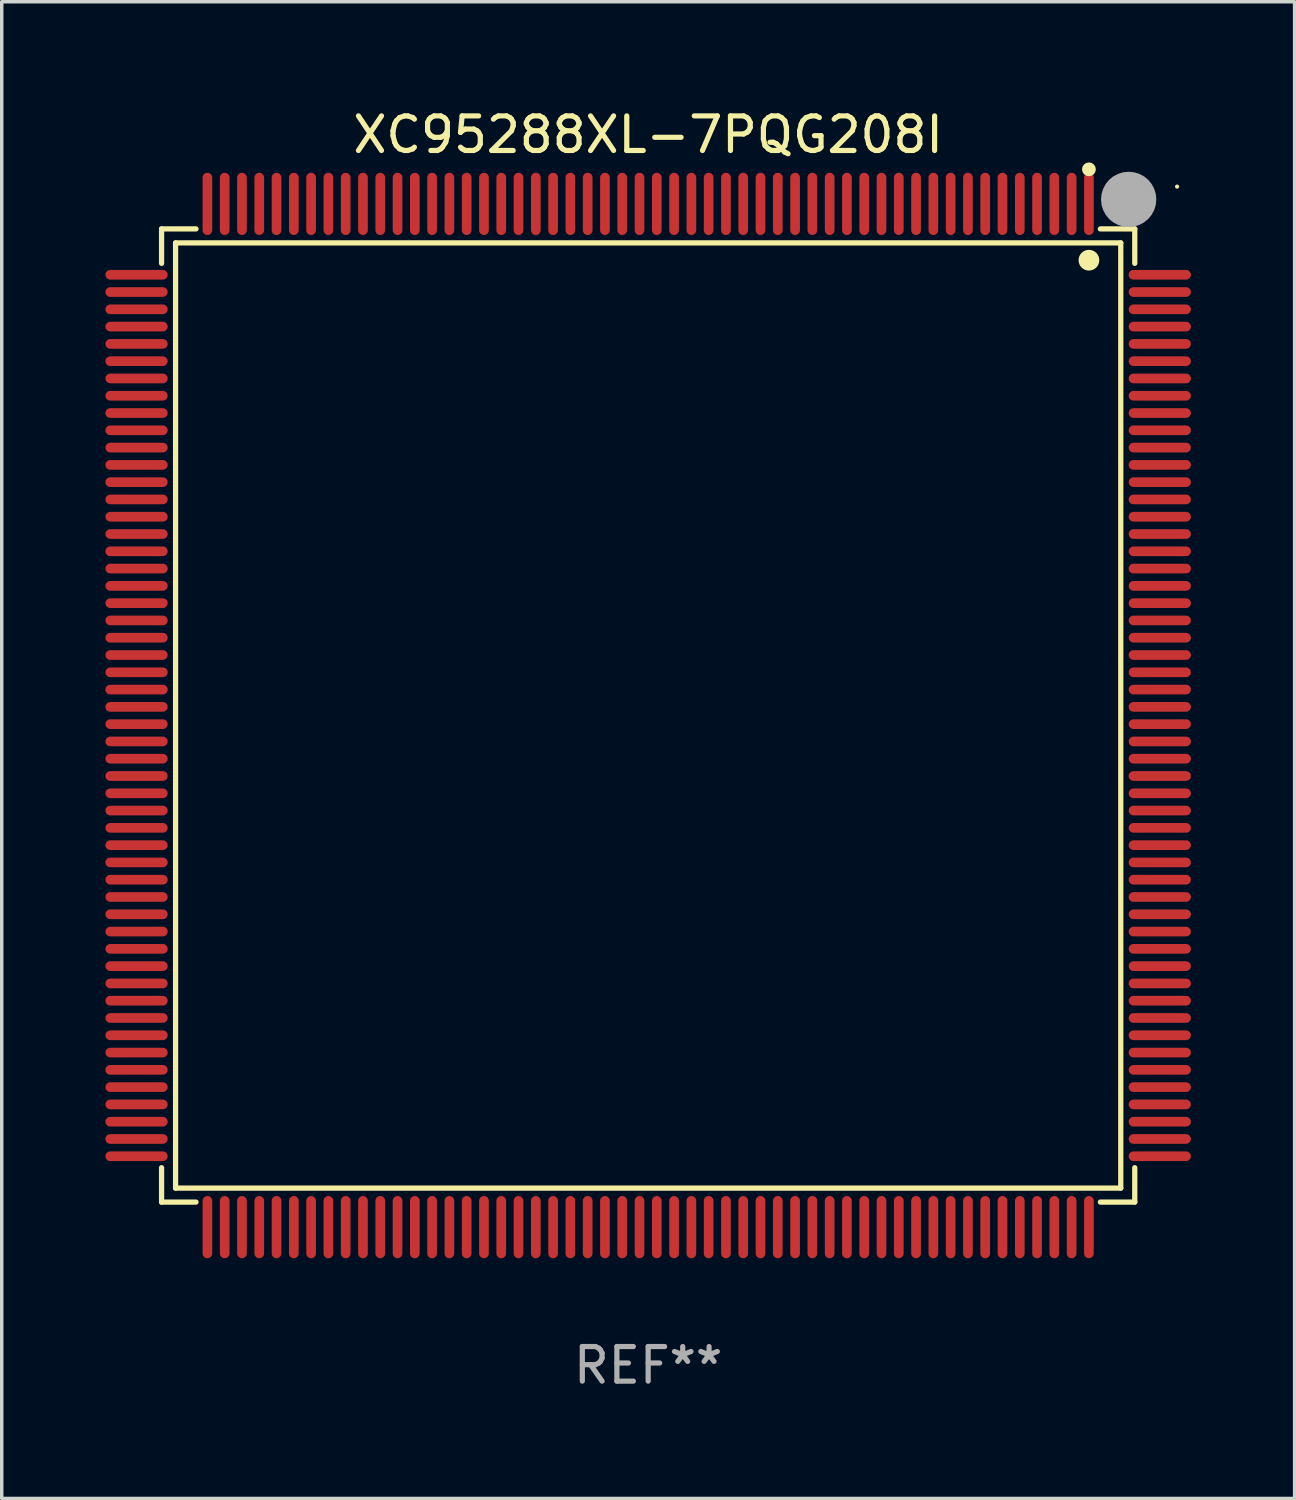
<source format=kicad_pcb>
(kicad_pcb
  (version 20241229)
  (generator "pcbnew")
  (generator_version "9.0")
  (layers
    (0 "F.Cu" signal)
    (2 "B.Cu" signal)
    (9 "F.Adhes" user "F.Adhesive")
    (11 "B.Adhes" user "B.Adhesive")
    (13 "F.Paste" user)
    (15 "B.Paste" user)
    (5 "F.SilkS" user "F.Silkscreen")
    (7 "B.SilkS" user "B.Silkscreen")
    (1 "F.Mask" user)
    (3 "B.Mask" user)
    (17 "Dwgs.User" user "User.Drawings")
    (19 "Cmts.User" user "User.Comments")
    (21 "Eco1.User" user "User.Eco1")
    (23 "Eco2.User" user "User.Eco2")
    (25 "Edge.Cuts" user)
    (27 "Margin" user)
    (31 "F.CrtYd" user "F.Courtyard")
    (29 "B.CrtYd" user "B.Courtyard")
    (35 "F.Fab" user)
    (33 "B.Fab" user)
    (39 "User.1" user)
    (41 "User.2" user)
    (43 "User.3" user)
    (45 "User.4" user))
  (footprint "XC95288XL-7PQG208I"
    (layer "F.Cu")
    (at 15.7 17.648)
    (property "Reference" "XC95288XL-7PQG208I" (at 0 -16.8 0) (layer "F.SilkS") (effects (font (size 1 1) (thickness 0.15))))
    (attr through_hole)
    (fp_line (start -14.076 -14.076) (end -13.08 -14.076) (stroke (width 0.152) (type solid)) (layer "F.SilkS"))
    (fp_line (start -14.076 -13.08) (end -14.076 -14.076) (stroke (width 0.152) (type solid)) (layer "F.SilkS"))
    (fp_line (start -14.076 13.081) (end -14.076 14.076) (stroke (width 0.152) (type solid)) (layer "F.SilkS"))
    (fp_line (start -14.076 14.076) (end -13.08 14.076) (stroke (width 0.152) (type solid)) (layer "F.SilkS"))
    (fp_line (start -13.671 -13.671) (end 13.671 -13.671) (stroke (width 0.152) (type solid)) (layer "F.SilkS"))
    (fp_line (start -13.671 13.671) (end -13.671 -13.671) (stroke (width 0.152) (type solid)) (layer "F.SilkS"))
    (fp_line (start 13.671 -13.671) (end 13.671 13.671) (stroke (width 0.152) (type solid)) (layer "F.SilkS"))
    (fp_line (start 13.671 13.671) (end -13.671 13.671) (stroke (width 0.152) (type solid)) (layer "F.SilkS"))
    (fp_line (start 14.076 -14.076) (end 13.081 -14.076) (stroke (width 0.152) (type solid)) (layer "F.SilkS"))
    (fp_line (start 14.076 -13.08) (end 14.076 -14.076) (stroke (width 0.152) (type solid)) (layer "F.SilkS"))
    (fp_line (start 14.076 13.081) (end 14.076 14.076) (stroke (width 0.152) (type solid)) (layer "F.SilkS"))
    (fp_line (start 14.076 14.076) (end 13.081 14.076) (stroke (width 0.152) (type solid)) (layer "F.SilkS"))
    (fp_circle (center 12.75 -15.8) (end 12.85 -15.8) (stroke (width 0.2) (type solid)) (fill no) (layer "F.SilkS"))
    (fp_circle (center 12.75 -13.171) (end 12.9 -13.171) (stroke (width 0.3) (type solid)) (fill no) (layer "F.SilkS"))
    (fp_circle (center 15.3 -15.3) (end 15.33 -15.3) (stroke (width 0.06) (type solid)) (fill no) (layer "F.SilkS"))
    (fp_circle (center 13.9 -14.93) (end 14.3 -14.93) (stroke (width 0.8) (type solid)) (fill no) (layer "F.Fab"))
    (fp_text user "REF**" (at 0 18.8 0) (layer "F.Fab") (effects (font (size 1 1) (thickness 0.15))))
    (pad "1" smd oval (at 12.75 -14.8) (size 0.28 1.8) (layers "F.Cu" "F.Mask" "F.Paste"))
    (pad "2" smd oval (at 12.25 -14.8) (size 0.28 1.8) (layers "F.Cu" "F.Mask" "F.Paste"))
    (pad "3" smd oval (at 11.75 -14.8) (size 0.28 1.8) (layers "F.Cu" "F.Mask" "F.Paste"))
    (pad "4" smd oval (at 11.25 -14.8) (size 0.28 1.8) (layers "F.Cu" "F.Mask" "F.Paste"))
    (pad "5" smd oval (at 10.75 -14.8) (size 0.28 1.8) (layers "F.Cu" "F.Mask" "F.Paste"))
    (pad "6" smd oval (at 10.25 -14.8) (size 0.28 1.8) (layers "F.Cu" "F.Mask" "F.Paste"))
    (pad "7" smd oval (at 9.75 -14.8) (size 0.28 1.8) (layers "F.Cu" "F.Mask" "F.Paste"))
    (pad "8" smd oval (at 9.25 -14.8) (size 0.28 1.8) (layers "F.Cu" "F.Mask" "F.Paste"))
    (pad "9" smd oval (at 8.75 -14.8) (size 0.28 1.8) (layers "F.Cu" "F.Mask" "F.Paste"))
    (pad "10" smd oval (at 8.25 -14.8) (size 0.28 1.8) (layers "F.Cu" "F.Mask" "F.Paste"))
    (pad "11" smd oval (at 7.75 -14.8) (size 0.28 1.8) (layers "F.Cu" "F.Mask" "F.Paste"))
    (pad "12" smd oval (at 7.25 -14.8) (size 0.28 1.8) (layers "F.Cu" "F.Mask" "F.Paste"))
    (pad "13" smd oval (at 6.75 -14.8) (size 0.28 1.8) (layers "F.Cu" "F.Mask" "F.Paste"))
    (pad "14" smd oval (at 6.25 -14.8) (size 0.28 1.8) (layers "F.Cu" "F.Mask" "F.Paste"))
    (pad "15" smd oval (at 5.75 -14.8) (size 0.28 1.8) (layers "F.Cu" "F.Mask" "F.Paste"))
    (pad "16" smd oval (at 5.25 -14.8) (size 0.28 1.8) (layers "F.Cu" "F.Mask" "F.Paste"))
    (pad "17" smd oval (at 4.75 -14.8) (size 0.28 1.8) (layers "F.Cu" "F.Mask" "F.Paste"))
    (pad "18" smd oval (at 4.25 -14.8) (size 0.28 1.8) (layers "F.Cu" "F.Mask" "F.Paste"))
    (pad "19" smd oval (at 3.75 -14.8) (size 0.28 1.8) (layers "F.Cu" "F.Mask" "F.Paste"))
    (pad "20" smd oval (at 3.25 -14.8) (size 0.28 1.8) (layers "F.Cu" "F.Mask" "F.Paste"))
    (pad "21" smd oval (at 2.75 -14.8) (size 0.28 1.8) (layers "F.Cu" "F.Mask" "F.Paste"))
    (pad "22" smd oval (at 2.25 -14.8) (size 0.28 1.8) (layers "F.Cu" "F.Mask" "F.Paste"))
    (pad "23" smd oval (at 1.75 -14.8) (size 0.28 1.8) (layers "F.Cu" "F.Mask" "F.Paste"))
    (pad "24" smd oval (at 1.25 -14.8) (size 0.28 1.8) (layers "F.Cu" "F.Mask" "F.Paste"))
    (pad "25" smd oval (at 0.75 -14.8) (size 0.28 1.8) (layers "F.Cu" "F.Mask" "F.Paste"))
    (pad "26" smd oval (at 0.25 -14.8) (size 0.28 1.8) (layers "F.Cu" "F.Mask" "F.Paste"))
    (pad "27" smd oval (at -0.25 -14.8) (size 0.28 1.8) (layers "F.Cu" "F.Mask" "F.Paste"))
    (pad "28" smd oval (at -0.75 -14.8) (size 0.28 1.8) (layers "F.Cu" "F.Mask" "F.Paste"))
    (pad "29" smd oval (at -1.25 -14.8) (size 0.28 1.8) (layers "F.Cu" "F.Mask" "F.Paste"))
    (pad "30" smd oval (at -1.75 -14.8) (size 0.28 1.8) (layers "F.Cu" "F.Mask" "F.Paste"))
    (pad "31" smd oval (at -2.25 -14.8) (size 0.28 1.8) (layers "F.Cu" "F.Mask" "F.Paste"))
    (pad "32" smd oval (at -2.75 -14.8) (size 0.28 1.8) (layers "F.Cu" "F.Mask" "F.Paste"))
    (pad "33" smd oval (at -3.25 -14.8) (size 0.28 1.8) (layers "F.Cu" "F.Mask" "F.Paste"))
    (pad "34" smd oval (at -3.75 -14.8) (size 0.28 1.8) (layers "F.Cu" "F.Mask" "F.Paste"))
    (pad "35" smd oval (at -4.25 -14.8) (size 0.28 1.8) (layers "F.Cu" "F.Mask" "F.Paste"))
    (pad "36" smd oval (at -4.75 -14.8) (size 0.28 1.8) (layers "F.Cu" "F.Mask" "F.Paste"))
    (pad "37" smd oval (at -5.25 -14.8) (size 0.28 1.8) (layers "F.Cu" "F.Mask" "F.Paste"))
    (pad "38" smd oval (at -5.75 -14.8) (size 0.28 1.8) (layers "F.Cu" "F.Mask" "F.Paste"))
    (pad "39" smd oval (at -6.25 -14.8) (size 0.28 1.8) (layers "F.Cu" "F.Mask" "F.Paste"))
    (pad "40" smd oval (at -6.75 -14.8) (size 0.28 1.8) (layers "F.Cu" "F.Mask" "F.Paste"))
    (pad "41" smd oval (at -7.25 -14.8) (size 0.28 1.8) (layers "F.Cu" "F.Mask" "F.Paste"))
    (pad "42" smd oval (at -7.75 -14.8) (size 0.28 1.8) (layers "F.Cu" "F.Mask" "F.Paste"))
    (pad "43" smd oval (at -8.25 -14.8) (size 0.28 1.8) (layers "F.Cu" "F.Mask" "F.Paste"))
    (pad "44" smd oval (at -8.75 -14.8) (size 0.28 1.8) (layers "F.Cu" "F.Mask" "F.Paste"))
    (pad "45" smd oval (at -9.25 -14.8) (size 0.28 1.8) (layers "F.Cu" "F.Mask" "F.Paste"))
    (pad "46" smd oval (at -9.75 -14.8) (size 0.28 1.8) (layers "F.Cu" "F.Mask" "F.Paste"))
    (pad "47" smd oval (at -10.25 -14.8) (size 0.28 1.8) (layers "F.Cu" "F.Mask" "F.Paste"))
    (pad "48" smd oval (at -10.75 -14.8) (size 0.28 1.8) (layers "F.Cu" "F.Mask" "F.Paste"))
    (pad "49" smd oval (at -11.25 -14.8) (size 0.28 1.8) (layers "F.Cu" "F.Mask" "F.Paste"))
    (pad "50" smd oval (at -11.75 -14.8) (size 0.28 1.8) (layers "F.Cu" "F.Mask" "F.Paste"))
    (pad "51" smd oval (at -12.25 -14.8) (size 0.28 1.8) (layers "F.Cu" "F.Mask" "F.Paste"))
    (pad "52" smd oval (at -12.75 -14.8) (size 0.28 1.8) (layers "F.Cu" "F.Mask" "F.Paste"))
    (pad "53" smd oval (at -14.8 -12.75) (size 1.8 0.28) (layers "F.Cu" "F.Mask" "F.Paste"))
    (pad "54" smd oval (at -14.8 -12.25) (size 1.8 0.28) (layers "F.Cu" "F.Mask" "F.Paste"))
    (pad "55" smd oval (at -14.8 -11.75) (size 1.8 0.28) (layers "F.Cu" "F.Mask" "F.Paste"))
    (pad "56" smd oval (at -14.8 -11.25) (size 1.8 0.28) (layers "F.Cu" "F.Mask" "F.Paste"))
    (pad "57" smd oval (at -14.8 -10.75) (size 1.8 0.28) (layers "F.Cu" "F.Mask" "F.Paste"))
    (pad "58" smd oval (at -14.8 -10.25) (size 1.8 0.28) (layers "F.Cu" "F.Mask" "F.Paste"))
    (pad "59" smd oval (at -14.8 -9.75) (size 1.8 0.28) (layers "F.Cu" "F.Mask" "F.Paste"))
    (pad "60" smd oval (at -14.8 -9.25) (size 1.8 0.28) (layers "F.Cu" "F.Mask" "F.Paste"))
    (pad "61" smd oval (at -14.8 -8.75) (size 1.8 0.28) (layers "F.Cu" "F.Mask" "F.Paste"))
    (pad "62" smd oval (at -14.8 -8.25) (size 1.8 0.28) (layers "F.Cu" "F.Mask" "F.Paste"))
    (pad "63" smd oval (at -14.8 -7.75) (size 1.8 0.28) (layers "F.Cu" "F.Mask" "F.Paste"))
    (pad "64" smd oval (at -14.8 -7.25) (size 1.8 0.28) (layers "F.Cu" "F.Mask" "F.Paste"))
    (pad "65" smd oval (at -14.8 -6.75) (size 1.8 0.28) (layers "F.Cu" "F.Mask" "F.Paste"))
    (pad "66" smd oval (at -14.8 -6.25) (size 1.8 0.28) (layers "F.Cu" "F.Mask" "F.Paste"))
    (pad "67" smd oval (at -14.8 -5.75) (size 1.8 0.28) (layers "F.Cu" "F.Mask" "F.Paste"))
    (pad "68" smd oval (at -14.8 -5.25) (size 1.8 0.28) (layers "F.Cu" "F.Mask" "F.Paste"))
    (pad "69" smd oval (at -14.8 -4.75) (size 1.8 0.28) (layers "F.Cu" "F.Mask" "F.Paste"))
    (pad "70" smd oval (at -14.8 -4.25) (size 1.8 0.28) (layers "F.Cu" "F.Mask" "F.Paste"))
    (pad "71" smd oval (at -14.8 -3.75) (size 1.8 0.28) (layers "F.Cu" "F.Mask" "F.Paste"))
    (pad "72" smd oval (at -14.8 -3.25) (size 1.8 0.28) (layers "F.Cu" "F.Mask" "F.Paste"))
    (pad "73" smd oval (at -14.8 -2.75) (size 1.8 0.28) (layers "F.Cu" "F.Mask" "F.Paste"))
    (pad "74" smd oval (at -14.8 -2.25) (size 1.8 0.28) (layers "F.Cu" "F.Mask" "F.Paste"))
    (pad "75" smd oval (at -14.8 -1.75) (size 1.8 0.28) (layers "F.Cu" "F.Mask" "F.Paste"))
    (pad "76" smd oval (at -14.8 -1.25) (size 1.8 0.28) (layers "F.Cu" "F.Mask" "F.Paste"))
    (pad "77" smd oval (at -14.8 -0.75) (size 1.8 0.28) (layers "F.Cu" "F.Mask" "F.Paste"))
    (pad "78" smd oval (at -14.8 -0.25) (size 1.8 0.28) (layers "F.Cu" "F.Mask" "F.Paste"))
    (pad "79" smd oval (at -14.8 0.25) (size 1.8 0.28) (layers "F.Cu" "F.Mask" "F.Paste"))
    (pad "80" smd oval (at -14.8 0.75) (size 1.8 0.28) (layers "F.Cu" "F.Mask" "F.Paste"))
    (pad "81" smd oval (at -14.8 1.25) (size 1.8 0.28) (layers "F.Cu" "F.Mask" "F.Paste"))
    (pad "82" smd oval (at -14.8 1.75) (size 1.8 0.28) (layers "F.Cu" "F.Mask" "F.Paste"))
    (pad "83" smd oval (at -14.8 2.25) (size 1.8 0.28) (layers "F.Cu" "F.Mask" "F.Paste"))
    (pad "84" smd oval (at -14.8 2.75) (size 1.8 0.28) (layers "F.Cu" "F.Mask" "F.Paste"))
    (pad "85" smd oval (at -14.8 3.25) (size 1.8 0.28) (layers "F.Cu" "F.Mask" "F.Paste"))
    (pad "86" smd oval (at -14.8 3.75) (size 1.8 0.28) (layers "F.Cu" "F.Mask" "F.Paste"))
    (pad "87" smd oval (at -14.8 4.25) (size 1.8 0.28) (layers "F.Cu" "F.Mask" "F.Paste"))
    (pad "88" smd oval (at -14.8 4.75) (size 1.8 0.28) (layers "F.Cu" "F.Mask" "F.Paste"))
    (pad "89" smd oval (at -14.8 5.25) (size 1.8 0.28) (layers "F.Cu" "F.Mask" "F.Paste"))
    (pad "90" smd oval (at -14.8 5.75) (size 1.8 0.28) (layers "F.Cu" "F.Mask" "F.Paste"))
    (pad "91" smd oval (at -14.8 6.25) (size 1.8 0.28) (layers "F.Cu" "F.Mask" "F.Paste"))
    (pad "92" smd oval (at -14.8 6.75) (size 1.8 0.28) (layers "F.Cu" "F.Mask" "F.Paste"))
    (pad "93" smd oval (at -14.8 7.25) (size 1.8 0.28) (layers "F.Cu" "F.Mask" "F.Paste"))
    (pad "94" smd oval (at -14.8 7.75) (size 1.8 0.28) (layers "F.Cu" "F.Mask" "F.Paste"))
    (pad "95" smd oval (at -14.8 8.25) (size 1.8 0.28) (layers "F.Cu" "F.Mask" "F.Paste"))
    (pad "96" smd oval (at -14.8 8.75) (size 1.8 0.28) (layers "F.Cu" "F.Mask" "F.Paste"))
    (pad "97" smd oval (at -14.8 9.25) (size 1.8 0.28) (layers "F.Cu" "F.Mask" "F.Paste"))
    (pad "98" smd oval (at -14.8 9.75) (size 1.8 0.28) (layers "F.Cu" "F.Mask" "F.Paste"))
    (pad "99" smd oval (at -14.8 10.25) (size 1.8 0.28) (layers "F.Cu" "F.Mask" "F.Paste"))
    (pad "100" smd oval (at -14.8 10.75) (size 1.8 0.28) (layers "F.Cu" "F.Mask" "F.Paste"))
    (pad "101" smd oval (at -14.8 11.25) (size 1.8 0.28) (layers "F.Cu" "F.Mask" "F.Paste"))
    (pad "102" smd oval (at -14.8 11.75) (size 1.8 0.28) (layers "F.Cu" "F.Mask" "F.Paste"))
    (pad "103" smd oval (at -14.8 12.25) (size 1.8 0.28) (layers "F.Cu" "F.Mask" "F.Paste"))
    (pad "104" smd oval (at -14.8 12.75) (size 1.8 0.28) (layers "F.Cu" "F.Mask" "F.Paste"))
    (pad "105" smd oval (at -12.75 14.8) (size 0.28 1.8) (layers "F.Cu" "F.Mask" "F.Paste"))
    (pad "106" smd oval (at -12.25 14.8) (size 0.28 1.8) (layers "F.Cu" "F.Mask" "F.Paste"))
    (pad "107" smd oval (at -11.75 14.8) (size 0.28 1.8) (layers "F.Cu" "F.Mask" "F.Paste"))
    (pad "108" smd oval (at -11.25 14.8) (size 0.28 1.8) (layers "F.Cu" "F.Mask" "F.Paste"))
    (pad "109" smd oval (at -10.75 14.8) (size 0.28 1.8) (layers "F.Cu" "F.Mask" "F.Paste"))
    (pad "110" smd oval (at -10.25 14.8) (size 0.28 1.8) (layers "F.Cu" "F.Mask" "F.Paste"))
    (pad "111" smd oval (at -9.75 14.8) (size 0.28 1.8) (layers "F.Cu" "F.Mask" "F.Paste"))
    (pad "112" smd oval (at -9.25 14.8) (size 0.28 1.8) (layers "F.Cu" "F.Mask" "F.Paste"))
    (pad "113" smd oval (at -8.75 14.8) (size 0.28 1.8) (layers "F.Cu" "F.Mask" "F.Paste"))
    (pad "114" smd oval (at -8.25 14.8) (size 0.28 1.8) (layers "F.Cu" "F.Mask" "F.Paste"))
    (pad "115" smd oval (at -7.75 14.8) (size 0.28 1.8) (layers "F.Cu" "F.Mask" "F.Paste"))
    (pad "116" smd oval (at -7.25 14.8) (size 0.28 1.8) (layers "F.Cu" "F.Mask" "F.Paste"))
    (pad "117" smd oval (at -6.75 14.8) (size 0.28 1.8) (layers "F.Cu" "F.Mask" "F.Paste"))
    (pad "118" smd oval (at -6.25 14.8) (size 0.28 1.8) (layers "F.Cu" "F.Mask" "F.Paste"))
    (pad "119" smd oval (at -5.75 14.8) (size 0.28 1.8) (layers "F.Cu" "F.Mask" "F.Paste"))
    (pad "120" smd oval (at -5.25 14.8) (size 0.28 1.8) (layers "F.Cu" "F.Mask" "F.Paste"))
    (pad "121" smd oval (at -4.75 14.8) (size 0.28 1.8) (layers "F.Cu" "F.Mask" "F.Paste"))
    (pad "122" smd oval (at -4.25 14.8) (size 0.28 1.8) (layers "F.Cu" "F.Mask" "F.Paste"))
    (pad "123" smd oval (at -3.75 14.8) (size 0.28 1.8) (layers "F.Cu" "F.Mask" "F.Paste"))
    (pad "124" smd oval (at -3.25 14.8) (size 0.28 1.8) (layers "F.Cu" "F.Mask" "F.Paste"))
    (pad "125" smd oval (at -2.75 14.8) (size 0.28 1.8) (layers "F.Cu" "F.Mask" "F.Paste"))
    (pad "126" smd oval (at -2.25 14.8) (size 0.28 1.8) (layers "F.Cu" "F.Mask" "F.Paste"))
    (pad "127" smd oval (at -1.75 14.8) (size 0.28 1.8) (layers "F.Cu" "F.Mask" "F.Paste"))
    (pad "128" smd oval (at -1.25 14.8) (size 0.28 1.8) (layers "F.Cu" "F.Mask" "F.Paste"))
    (pad "129" smd oval (at -0.75 14.8) (size 0.28 1.8) (layers "F.Cu" "F.Mask" "F.Paste"))
    (pad "130" smd oval (at -0.25 14.8) (size 0.28 1.8) (layers "F.Cu" "F.Mask" "F.Paste"))
    (pad "131" smd oval (at 0.25 14.8) (size 0.28 1.8) (layers "F.Cu" "F.Mask" "F.Paste"))
    (pad "132" smd oval (at 0.75 14.8) (size 0.28 1.8) (layers "F.Cu" "F.Mask" "F.Paste"))
    (pad "133" smd oval (at 1.25 14.8) (size 0.28 1.8) (layers "F.Cu" "F.Mask" "F.Paste"))
    (pad "134" smd oval (at 1.75 14.8) (size 0.28 1.8) (layers "F.Cu" "F.Mask" "F.Paste"))
    (pad "135" smd oval (at 2.25 14.8) (size 0.28 1.8) (layers "F.Cu" "F.Mask" "F.Paste"))
    (pad "136" smd oval (at 2.75 14.8) (size 0.28 1.8) (layers "F.Cu" "F.Mask" "F.Paste"))
    (pad "137" smd oval (at 3.25 14.8) (size 0.28 1.8) (layers "F.Cu" "F.Mask" "F.Paste"))
    (pad "138" smd oval (at 3.75 14.8) (size 0.28 1.8) (layers "F.Cu" "F.Mask" "F.Paste"))
    (pad "139" smd oval (at 4.25 14.8) (size 0.28 1.8) (layers "F.Cu" "F.Mask" "F.Paste"))
    (pad "140" smd oval (at 4.75 14.8) (size 0.28 1.8) (layers "F.Cu" "F.Mask" "F.Paste"))
    (pad "141" smd oval (at 5.25 14.8) (size 0.28 1.8) (layers "F.Cu" "F.Mask" "F.Paste"))
    (pad "142" smd oval (at 5.75 14.8) (size 0.28 1.8) (layers "F.Cu" "F.Mask" "F.Paste"))
    (pad "143" smd oval (at 6.25 14.8) (size 0.28 1.8) (layers "F.Cu" "F.Mask" "F.Paste"))
    (pad "144" smd oval (at 6.75 14.8) (size 0.28 1.8) (layers "F.Cu" "F.Mask" "F.Paste"))
    (pad "145" smd oval (at 7.25 14.8) (size 0.28 1.8) (layers "F.Cu" "F.Mask" "F.Paste"))
    (pad "146" smd oval (at 7.75 14.8) (size 0.28 1.8) (layers "F.Cu" "F.Mask" "F.Paste"))
    (pad "147" smd oval (at 8.25 14.8) (size 0.28 1.8) (layers "F.Cu" "F.Mask" "F.Paste"))
    (pad "148" smd oval (at 8.75 14.8) (size 0.28 1.8) (layers "F.Cu" "F.Mask" "F.Paste"))
    (pad "149" smd oval (at 9.25 14.8) (size 0.28 1.8) (layers "F.Cu" "F.Mask" "F.Paste"))
    (pad "150" smd oval (at 9.75 14.8) (size 0.28 1.8) (layers "F.Cu" "F.Mask" "F.Paste"))
    (pad "151" smd oval (at 10.25 14.8) (size 0.28 1.8) (layers "F.Cu" "F.Mask" "F.Paste"))
    (pad "152" smd oval (at 10.75 14.8) (size 0.28 1.8) (layers "F.Cu" "F.Mask" "F.Paste"))
    (pad "153" smd oval (at 11.25 14.8) (size 0.28 1.8) (layers "F.Cu" "F.Mask" "F.Paste"))
    (pad "154" smd oval (at 11.75 14.8) (size 0.28 1.8) (layers "F.Cu" "F.Mask" "F.Paste"))
    (pad "155" smd oval (at 12.25 14.8) (size 0.28 1.8) (layers "F.Cu" "F.Mask" "F.Paste"))
    (pad "156" smd oval (at 12.75 14.8) (size 0.28 1.8) (layers "F.Cu" "F.Mask" "F.Paste"))
    (pad "157" smd oval (at 14.8 12.75) (size 1.8 0.28) (layers "F.Cu" "F.Mask" "F.Paste"))
    (pad "158" smd oval (at 14.8 12.25) (size 1.8 0.28) (layers "F.Cu" "F.Mask" "F.Paste"))
    (pad "159" smd oval (at 14.8 11.75) (size 1.8 0.28) (layers "F.Cu" "F.Mask" "F.Paste"))
    (pad "160" smd oval (at 14.8 11.25) (size 1.8 0.28) (layers "F.Cu" "F.Mask" "F.Paste"))
    (pad "161" smd oval (at 14.8 10.75) (size 1.8 0.28) (layers "F.Cu" "F.Mask" "F.Paste"))
    (pad "162" smd oval (at 14.8 10.25) (size 1.8 0.28) (layers "F.Cu" "F.Mask" "F.Paste"))
    (pad "163" smd oval (at 14.8 9.75) (size 1.8 0.28) (layers "F.Cu" "F.Mask" "F.Paste"))
    (pad "164" smd oval (at 14.8 9.25) (size 1.8 0.28) (layers "F.Cu" "F.Mask" "F.Paste"))
    (pad "165" smd oval (at 14.8 8.75) (size 1.8 0.28) (layers "F.Cu" "F.Mask" "F.Paste"))
    (pad "166" smd oval (at 14.8 8.25) (size 1.8 0.28) (layers "F.Cu" "F.Mask" "F.Paste"))
    (pad "167" smd oval (at 14.8 7.75) (size 1.8 0.28) (layers "F.Cu" "F.Mask" "F.Paste"))
    (pad "168" smd oval (at 14.8 7.25) (size 1.8 0.28) (layers "F.Cu" "F.Mask" "F.Paste"))
    (pad "169" smd oval (at 14.8 6.75) (size 1.8 0.28) (layers "F.Cu" "F.Mask" "F.Paste"))
    (pad "170" smd oval (at 14.8 6.25) (size 1.8 0.28) (layers "F.Cu" "F.Mask" "F.Paste"))
    (pad "171" smd oval (at 14.8 5.75) (size 1.8 0.28) (layers "F.Cu" "F.Mask" "F.Paste"))
    (pad "172" smd oval (at 14.8 5.25) (size 1.8 0.28) (layers "F.Cu" "F.Mask" "F.Paste"))
    (pad "173" smd oval (at 14.8 4.75) (size 1.8 0.28) (layers "F.Cu" "F.Mask" "F.Paste"))
    (pad "174" smd oval (at 14.8 4.25) (size 1.8 0.28) (layers "F.Cu" "F.Mask" "F.Paste"))
    (pad "175" smd oval (at 14.8 3.75) (size 1.8 0.28) (layers "F.Cu" "F.Mask" "F.Paste"))
    (pad "176" smd oval (at 14.8 3.25) (size 1.8 0.28) (layers "F.Cu" "F.Mask" "F.Paste"))
    (pad "177" smd oval (at 14.8 2.75) (size 1.8 0.28) (layers "F.Cu" "F.Mask" "F.Paste"))
    (pad "178" smd oval (at 14.8 2.25) (size 1.8 0.28) (layers "F.Cu" "F.Mask" "F.Paste"))
    (pad "179" smd oval (at 14.8 1.75) (size 1.8 0.28) (layers "F.Cu" "F.Mask" "F.Paste"))
    (pad "180" smd oval (at 14.8 1.25) (size 1.8 0.28) (layers "F.Cu" "F.Mask" "F.Paste"))
    (pad "181" smd oval (at 14.8 0.75) (size 1.8 0.28) (layers "F.Cu" "F.Mask" "F.Paste"))
    (pad "182" smd oval (at 14.8 0.25) (size 1.8 0.28) (layers "F.Cu" "F.Mask" "F.Paste"))
    (pad "183" smd oval (at 14.8 -0.25) (size 1.8 0.28) (layers "F.Cu" "F.Mask" "F.Paste"))
    (pad "184" smd oval (at 14.8 -0.75) (size 1.8 0.28) (layers "F.Cu" "F.Mask" "F.Paste"))
    (pad "185" smd oval (at 14.8 -1.25) (size 1.8 0.28) (layers "F.Cu" "F.Mask" "F.Paste"))
    (pad "186" smd oval (at 14.8 -1.75) (size 1.8 0.28) (layers "F.Cu" "F.Mask" "F.Paste"))
    (pad "187" smd oval (at 14.8 -2.25) (size 1.8 0.28) (layers "F.Cu" "F.Mask" "F.Paste"))
    (pad "188" smd oval (at 14.8 -2.75) (size 1.8 0.28) (layers "F.Cu" "F.Mask" "F.Paste"))
    (pad "189" smd oval (at 14.8 -3.25) (size 1.8 0.28) (layers "F.Cu" "F.Mask" "F.Paste"))
    (pad "190" smd oval (at 14.8 -3.75) (size 1.8 0.28) (layers "F.Cu" "F.Mask" "F.Paste"))
    (pad "191" smd oval (at 14.8 -4.25) (size 1.8 0.28) (layers "F.Cu" "F.Mask" "F.Paste"))
    (pad "192" smd oval (at 14.8 -4.75) (size 1.8 0.28) (layers "F.Cu" "F.Mask" "F.Paste"))
    (pad "193" smd oval (at 14.8 -5.25) (size 1.8 0.28) (layers "F.Cu" "F.Mask" "F.Paste"))
    (pad "194" smd oval (at 14.8 -5.75) (size 1.8 0.28) (layers "F.Cu" "F.Mask" "F.Paste"))
    (pad "195" smd oval (at 14.8 -6.25) (size 1.8 0.28) (layers "F.Cu" "F.Mask" "F.Paste"))
    (pad "196" smd oval (at 14.8 -6.75) (size 1.8 0.28) (layers "F.Cu" "F.Mask" "F.Paste"))
    (pad "197" smd oval (at 14.8 -7.25) (size 1.8 0.28) (layers "F.Cu" "F.Mask" "F.Paste"))
    (pad "198" smd oval (at 14.8 -7.75) (size 1.8 0.28) (layers "F.Cu" "F.Mask" "F.Paste"))
    (pad "199" smd oval (at 14.8 -8.25) (size 1.8 0.28) (layers "F.Cu" "F.Mask" "F.Paste"))
    (pad "200" smd oval (at 14.8 -8.75) (size 1.8 0.28) (layers "F.Cu" "F.Mask" "F.Paste"))
    (pad "201" smd oval (at 14.8 -9.25) (size 1.8 0.28) (layers "F.Cu" "F.Mask" "F.Paste"))
    (pad "202" smd oval (at 14.8 -9.75) (size 1.8 0.28) (layers "F.Cu" "F.Mask" "F.Paste"))
    (pad "203" smd oval (at 14.8 -10.25) (size 1.8 0.28) (layers "F.Cu" "F.Mask" "F.Paste"))
    (pad "204" smd oval (at 14.8 -10.75) (size 1.8 0.28) (layers "F.Cu" "F.Mask" "F.Paste"))
    (pad "205" smd oval (at 14.8 -11.25) (size 1.8 0.28) (layers "F.Cu" "F.Mask" "F.Paste"))
    (pad "206" smd oval (at 14.8 -11.75) (size 1.8 0.28) (layers "F.Cu" "F.Mask" "F.Paste"))
    (pad "207" smd oval (at 14.8 -12.25) (size 1.8 0.28) (layers "F.Cu" "F.Mask" "F.Paste"))
    (pad "208" smd oval (at 14.8 -12.75) (size 1.8 0.28) (layers "F.Cu" "F.Mask" "F.Paste")))
  (gr_rect
    (start -3 -3)
    (end 34.4 40.297)
    (stroke (width 0.1) (type default))
    (fill no)
    (layer "Edge.Cuts")))
</source>
